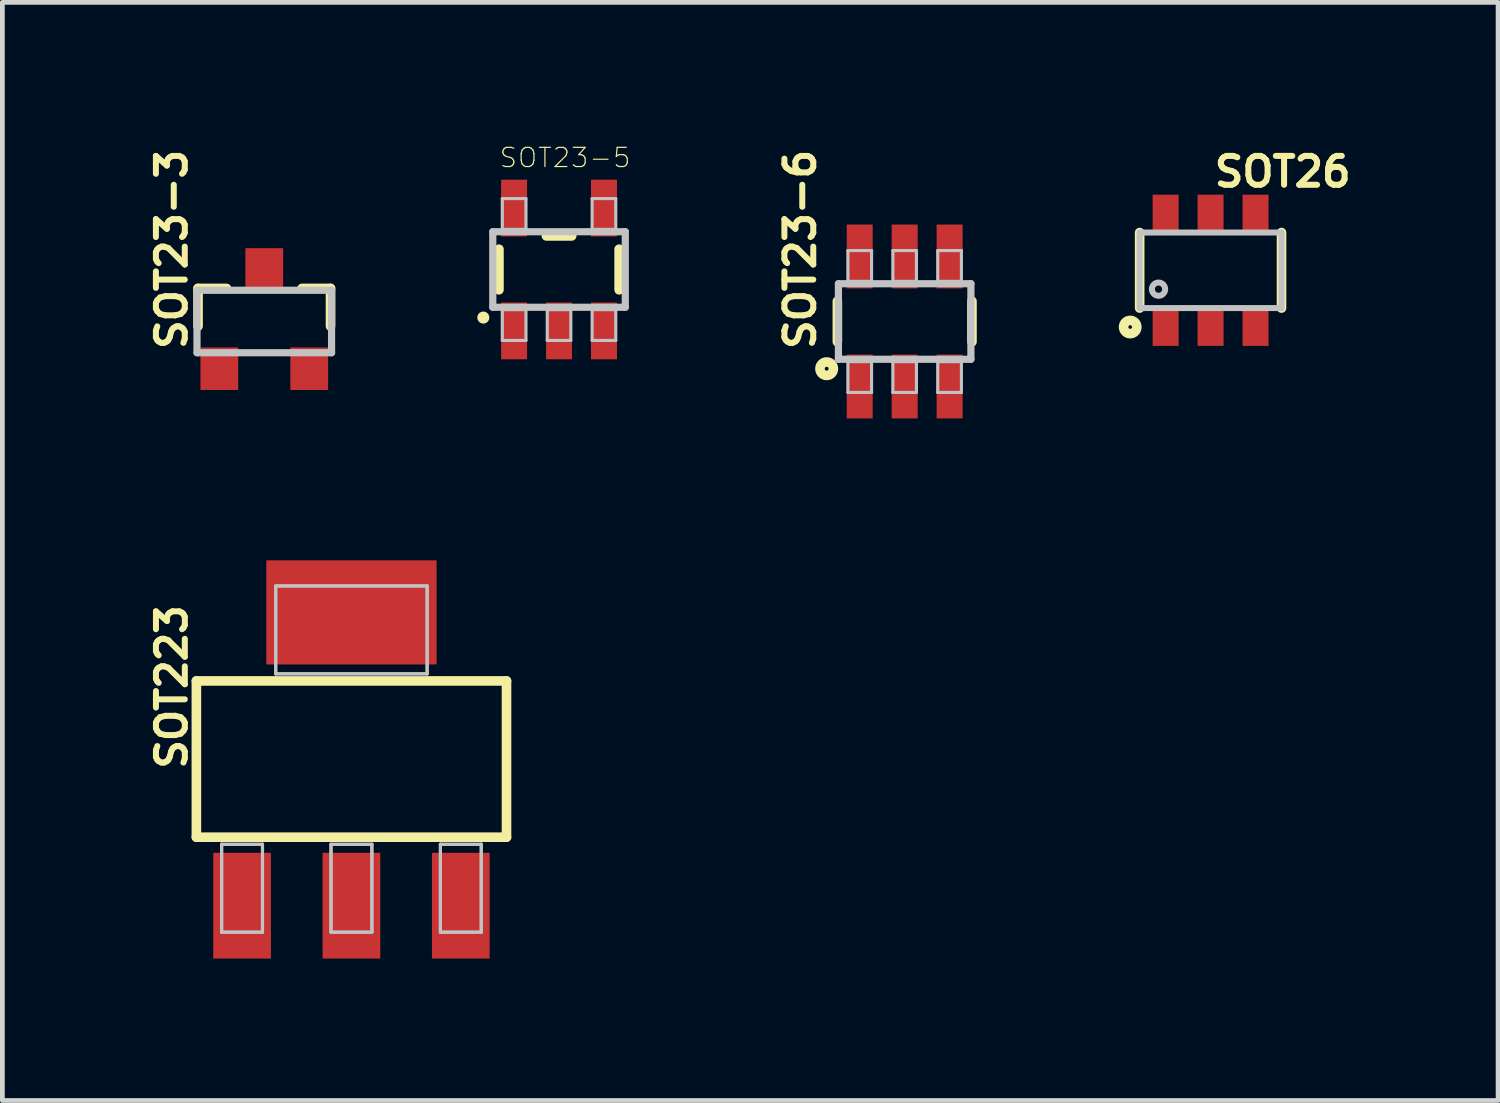
<source format=kicad_pcb>
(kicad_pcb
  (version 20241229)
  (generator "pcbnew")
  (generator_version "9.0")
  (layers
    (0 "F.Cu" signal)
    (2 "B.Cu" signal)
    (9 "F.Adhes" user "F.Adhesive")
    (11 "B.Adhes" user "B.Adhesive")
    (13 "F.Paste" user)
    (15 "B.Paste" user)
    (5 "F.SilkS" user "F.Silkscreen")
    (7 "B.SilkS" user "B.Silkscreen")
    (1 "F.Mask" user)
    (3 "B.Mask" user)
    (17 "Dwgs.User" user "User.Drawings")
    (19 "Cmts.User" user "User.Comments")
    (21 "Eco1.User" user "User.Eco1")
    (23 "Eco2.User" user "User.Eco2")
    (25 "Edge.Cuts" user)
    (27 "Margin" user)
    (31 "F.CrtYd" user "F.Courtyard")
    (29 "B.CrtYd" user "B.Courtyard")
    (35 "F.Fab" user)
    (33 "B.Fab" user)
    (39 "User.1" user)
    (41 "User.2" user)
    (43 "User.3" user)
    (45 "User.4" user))
  (footprint "SOT26"
    (layer "F.Cu")
    (at 22.533 2.662)
    (property "Reference" "SOT26" (at 1.524 -2.083 0) (layer "F.SilkS") (effects (font (size 0.61 0.61) (thickness 0.127))))
    (attr smd)
    (fp_line (start -1.499 -0.798) (end -1.499 0.798) (stroke (width 0.203) (type solid)) (layer "F.SilkS"))
    (fp_line (start 1.499 -0.798) (end 1.499 0.798) (stroke (width 0.203) (type solid)) (layer "F.SilkS"))
    (fp_circle (center -1.699 1.199) (end -1.699 1.059) (stroke (width 0.203) (type solid)) (fill no) (layer "F.SilkS"))
    (fp_line (start -1.499 -0.798) (end -1.499 0.798) (stroke (width 0.127) (type solid)) (layer "Dwgs.User"))
    (fp_line (start -1.499 0.798) (end 1.499 0.798) (stroke (width 0.127) (type solid)) (layer "Dwgs.User"))
    (fp_line (start 1.499 -0.798) (end -1.499 -0.798) (stroke (width 0.127) (type solid)) (layer "Dwgs.User"))
    (fp_line (start 1.499 0.798) (end 1.499 -0.798) (stroke (width 0.127) (type solid)) (layer "Dwgs.User"))
    (fp_circle (center -1.1 0.399) (end -1.1 0.259) (stroke (width 0.127) (type solid)) (fill no) (layer "Dwgs.User"))
    (pad "D1" smd rect (at -0.95 -1.199) (size 0.549 0.798) (layers "F.Cu" "F.Mask" "F.Paste"))
    (pad "D2" smd rect (at 0.95 -1.199) (size 0.549 0.798) (layers "F.Cu" "F.Mask" "F.Paste"))
    (pad "G1" smd rect (at -0.95 1.199) (size 0.549 0.798) (layers "F.Cu" "F.Mask" "F.Paste"))
    (pad "G2" smd rect (at 0.95 1.199) (size 0.549 0.798) (layers "F.Cu" "F.Mask" "F.Paste"))
    (pad "S1" smd rect (at 0 -1.199 180) (size 0.549 0.798) (layers "F.Cu" "F.Mask" "F.Paste"))
    (pad "S2" smd rect (at 0 1.199) (size 0.549 0.798) (layers "F.Cu" "F.Mask" "F.Paste")))
  (footprint "SOT23-5"
    (layer "F.Cu")
    (at 8.764 2.645)
    (property "Reference" "SOT23-5" (at 0.127 -2.362 0) (layer "F.SilkS") (effects (font (size 0.406 0.406) (thickness 0.025))))
    (attr smd)
    (fp_line (start -1.27 0.429) (end -1.27 -0.429) (stroke (width 0.203) (type solid)) (layer "F.SilkS"))
    (fp_line (start -0.267 -0.709) (end 0.267 -0.709) (stroke (width 0.203) (type solid)) (layer "F.SilkS"))
    (fp_line (start 1.27 -0.429) (end 1.27 0.429) (stroke (width 0.203) (type solid)) (layer "F.SilkS"))
    (fp_circle (center -1.6 1.016) (end -1.6 0.889) (stroke (width 0) (type solid)) (fill yes) (layer "F.SilkS"))
    (fp_line (start -1.4 -0.798) (end -1.4 0.798) (stroke (width 0.152) (type solid)) (layer "Dwgs.User"))
    (fp_line (start -1.4 -0.798) (end 1.4 -0.798) (stroke (width 0.152) (type solid)) (layer "Dwgs.User"))
    (fp_line (start -1.199 -1.499) (end -0.699 -1.499) (stroke (width 0.066) (type solid)) (layer "Dwgs.User"))
    (fp_line (start -1.199 -0.848) (end -1.199 -1.499) (stroke (width 0.066) (type solid)) (layer "Dwgs.User"))
    (fp_line (start -1.199 -0.848) (end -0.699 -0.848) (stroke (width 0.066) (type solid)) (layer "Dwgs.User"))
    (fp_line (start -1.199 0.848) (end -0.699 0.848) (stroke (width 0.066) (type solid)) (layer "Dwgs.User"))
    (fp_line (start -1.199 1.499) (end -1.199 0.848) (stroke (width 0.066) (type solid)) (layer "Dwgs.User"))
    (fp_line (start -1.199 1.499) (end -0.699 1.499) (stroke (width 0.066) (type solid)) (layer "Dwgs.User"))
    (fp_line (start -0.699 -0.848) (end -0.699 -1.499) (stroke (width 0.066) (type solid)) (layer "Dwgs.User"))
    (fp_line (start -0.699 1.499) (end -0.699 0.848) (stroke (width 0.066) (type solid)) (layer "Dwgs.User"))
    (fp_line (start -0.249 0.848) (end 0.249 0.848) (stroke (width 0.066) (type solid)) (layer "Dwgs.User"))
    (fp_line (start -0.249 1.499) (end -0.249 0.848) (stroke (width 0.066) (type solid)) (layer "Dwgs.User"))
    (fp_line (start -0.249 1.499) (end 0.249 1.499) (stroke (width 0.066) (type solid)) (layer "Dwgs.User"))
    (fp_line (start 0.249 1.499) (end 0.249 0.848) (stroke (width 0.066) (type solid)) (layer "Dwgs.User"))
    (fp_line (start 0.699 -1.499) (end 1.199 -1.499) (stroke (width 0.066) (type solid)) (layer "Dwgs.User"))
    (fp_line (start 0.699 -0.848) (end 0.699 -1.499) (stroke (width 0.066) (type solid)) (layer "Dwgs.User"))
    (fp_line (start 0.699 -0.848) (end 1.199 -0.848) (stroke (width 0.066) (type solid)) (layer "Dwgs.User"))
    (fp_line (start 0.699 0.848) (end 1.199 0.848) (stroke (width 0.066) (type solid)) (layer "Dwgs.User"))
    (fp_line (start 0.699 1.499) (end 0.699 0.848) (stroke (width 0.066) (type solid)) (layer "Dwgs.User"))
    (fp_line (start 0.699 1.499) (end 1.199 1.499) (stroke (width 0.066) (type solid)) (layer "Dwgs.User"))
    (fp_line (start 1.199 -0.848) (end 1.199 -1.499) (stroke (width 0.066) (type solid)) (layer "Dwgs.User"))
    (fp_line (start 1.199 1.499) (end 1.199 0.848) (stroke (width 0.066) (type solid)) (layer "Dwgs.User"))
    (fp_line (start 1.4 -0.798) (end 1.4 0.798) (stroke (width 0.152) (type solid)) (layer "Dwgs.User"))
    (fp_line (start 1.4 0.798) (end -1.4 0.798) (stroke (width 0.152) (type solid)) (layer "Dwgs.User"))
    (pad "1" smd rect (at -0.95 1.298) (size 0.549 1.199) (layers "F.Cu" "F.Mask" "F.Paste"))
    (pad "2" smd rect (at 0 1.298) (size 0.549 1.199) (layers "F.Cu" "F.Mask" "F.Paste"))
    (pad "3" smd rect (at 0.95 1.298) (size 0.549 1.199) (layers "F.Cu" "F.Mask" "F.Paste"))
    (pad "4" smd rect (at 0.95 -1.298) (size 0.549 1.199) (layers "F.Cu" "F.Mask" "F.Paste"))
    (pad "5" smd rect (at -0.95 -1.298) (size 0.549 1.199) (layers "F.Cu" "F.Mask" "F.Paste")))
  (footprint "SOT23-6"
    (layer "F.Cu")
    (at 16.068 3.744)
    (property "Reference" "SOT23-6" (at -2.207 -1.524 90) (layer "F.SilkS") (effects (font (size 0.61 0.61) (thickness 0.127))))
    (attr smd)
    (fp_line (start -1.422 0.429) (end -1.422 -0.429) (stroke (width 0.203) (type solid)) (layer "F.SilkS"))
    (fp_line (start 1.422 -0.429) (end 1.422 0.429) (stroke (width 0.203) (type solid)) (layer "F.SilkS"))
    (fp_circle (center -1.648 0.998) (end -1.648 0.856) (stroke (width 0.203) (type solid)) (fill no) (layer "F.SilkS"))
    (fp_line (start -1.4 -0.798) (end -1.4 0.798) (stroke (width 0.152) (type solid)) (layer "Dwgs.User"))
    (fp_line (start -1.4 -0.798) (end 1.4 -0.798) (stroke (width 0.152) (type solid)) (layer "Dwgs.User"))
    (fp_line (start -1.199 -1.499) (end -0.699 -1.499) (stroke (width 0.066) (type solid)) (layer "Dwgs.User"))
    (fp_line (start -1.199 -0.848) (end -1.199 -1.499) (stroke (width 0.066) (type solid)) (layer "Dwgs.User"))
    (fp_line (start -1.199 -0.848) (end -0.699 -0.848) (stroke (width 0.066) (type solid)) (layer "Dwgs.User"))
    (fp_line (start -1.199 0.848) (end -0.699 0.848) (stroke (width 0.066) (type solid)) (layer "Dwgs.User"))
    (fp_line (start -1.199 1.499) (end -1.199 0.848) (stroke (width 0.066) (type solid)) (layer "Dwgs.User"))
    (fp_line (start -1.199 1.499) (end -0.699 1.499) (stroke (width 0.066) (type solid)) (layer "Dwgs.User"))
    (fp_line (start -0.699 -0.848) (end -0.699 -1.499) (stroke (width 0.066) (type solid)) (layer "Dwgs.User"))
    (fp_line (start -0.699 1.499) (end -0.699 0.848) (stroke (width 0.066) (type solid)) (layer "Dwgs.User"))
    (fp_line (start -0.249 -1.499) (end 0.249 -1.499) (stroke (width 0.066) (type solid)) (layer "Dwgs.User"))
    (fp_line (start -0.249 -0.848) (end -0.249 -1.499) (stroke (width 0.066) (type solid)) (layer "Dwgs.User"))
    (fp_line (start -0.249 -0.848) (end 0.249 -0.848) (stroke (width 0.066) (type solid)) (layer "Dwgs.User"))
    (fp_line (start -0.249 0.848) (end 0.249 0.848) (stroke (width 0.066) (type solid)) (layer "Dwgs.User"))
    (fp_line (start -0.249 1.499) (end -0.249 0.848) (stroke (width 0.066) (type solid)) (layer "Dwgs.User"))
    (fp_line (start -0.249 1.499) (end 0.249 1.499) (stroke (width 0.066) (type solid)) (layer "Dwgs.User"))
    (fp_line (start 0.249 -0.848) (end 0.249 -1.499) (stroke (width 0.066) (type solid)) (layer "Dwgs.User"))
    (fp_line (start 0.249 1.499) (end 0.249 0.848) (stroke (width 0.066) (type solid)) (layer "Dwgs.User"))
    (fp_line (start 0.699 -1.499) (end 1.199 -1.499) (stroke (width 0.066) (type solid)) (layer "Dwgs.User"))
    (fp_line (start 0.699 -0.848) (end 0.699 -1.499) (stroke (width 0.066) (type solid)) (layer "Dwgs.User"))
    (fp_line (start 0.699 -0.848) (end 1.199 -0.848) (stroke (width 0.066) (type solid)) (layer "Dwgs.User"))
    (fp_line (start 0.699 0.848) (end 1.199 0.848) (stroke (width 0.066) (type solid)) (layer "Dwgs.User"))
    (fp_line (start 0.699 1.499) (end 0.699 0.848) (stroke (width 0.066) (type solid)) (layer "Dwgs.User"))
    (fp_line (start 0.699 1.499) (end 1.199 1.499) (stroke (width 0.066) (type solid)) (layer "Dwgs.User"))
    (fp_line (start 1.199 -0.848) (end 1.199 -1.499) (stroke (width 0.066) (type solid)) (layer "Dwgs.User"))
    (fp_line (start 1.199 1.499) (end 1.199 0.848) (stroke (width 0.066) (type solid)) (layer "Dwgs.User"))
    (fp_line (start 1.4 -0.798) (end 1.4 0.798) (stroke (width 0.152) (type solid)) (layer "Dwgs.User"))
    (fp_line (start 1.4 0.798) (end -1.4 0.798) (stroke (width 0.152) (type solid)) (layer "Dwgs.User"))
    (pad "1" smd rect (at -0.95 1.374) (size 0.549 1.349) (layers "F.Cu" "F.Mask" "F.Paste"))
    (pad "2" smd rect (at 0 1.374) (size 0.549 1.349) (layers "F.Cu" "F.Mask" "F.Paste"))
    (pad "3" smd rect (at 0.95 1.374) (size 0.549 1.349) (layers "F.Cu" "F.Mask" "F.Paste"))
    (pad "4" smd rect (at 0.95 -1.374) (size 0.549 1.349) (layers "F.Cu" "F.Mask" "F.Paste"))
    (pad "5" smd rect (at 0 -1.374) (size 0.549 1.349) (layers "F.Cu" "F.Mask" "F.Paste"))
    (pad "6" smd rect (at -0.95 -1.374) (size 0.549 1.349) (layers "F.Cu" "F.Mask" "F.Paste")))
  (footprint "SOT223"
    (layer "F.Cu")
    (at 4.377 12.991)
    (property "Reference" "SOT223" (at -3.797 -1.524 90) (layer "F.SilkS") (effects (font (size 0.61 0.61) (thickness 0.127))))
    (attr smd)
    (fp_line (start -3.277 -1.651) (end 3.277 -1.651) (stroke (width 0.203) (type solid)) (layer "F.SilkS"))
    (fp_line (start -3.277 1.651) (end -3.277 -1.651) (stroke (width 0.203) (type solid)) (layer "F.SilkS"))
    (fp_line (start 3.277 -1.651) (end 3.277 1.651) (stroke (width 0.203) (type solid)) (layer "F.SilkS"))
    (fp_line (start 3.277 1.651) (end -3.277 1.651) (stroke (width 0.203) (type solid)) (layer "F.SilkS"))
    (fp_line (start -2.743 1.801) (end -1.88 1.801) (stroke (width 0.066) (type solid)) (layer "Dwgs.User"))
    (fp_line (start -2.743 1.801) (end -1.88 1.801) (stroke (width 0.066) (type solid)) (layer "Dwgs.User"))
    (fp_line (start -2.743 3.658) (end -2.743 1.801) (stroke (width 0.066) (type solid)) (layer "Dwgs.User"))
    (fp_line (start -2.743 3.658) (end -2.743 1.801) (stroke (width 0.066) (type solid)) (layer "Dwgs.User"))
    (fp_line (start -2.743 3.658) (end -1.88 3.658) (stroke (width 0.066) (type solid)) (layer "Dwgs.User"))
    (fp_line (start -2.743 3.658) (end -1.88 3.658) (stroke (width 0.066) (type solid)) (layer "Dwgs.User"))
    (fp_line (start -1.88 3.658) (end -1.88 1.801) (stroke (width 0.066) (type solid)) (layer "Dwgs.User"))
    (fp_line (start -1.88 3.658) (end -1.88 1.801) (stroke (width 0.066) (type solid)) (layer "Dwgs.User"))
    (fp_line (start -1.6 -3.658) (end 1.6 -3.658) (stroke (width 0.066) (type solid)) (layer "Dwgs.User"))
    (fp_line (start -1.6 -3.658) (end 1.6 -3.658) (stroke (width 0.066) (type solid)) (layer "Dwgs.User"))
    (fp_line (start -1.6 -1.801) (end -1.6 -3.658) (stroke (width 0.066) (type solid)) (layer "Dwgs.User"))
    (fp_line (start -1.6 -1.801) (end -1.6 -3.658) (stroke (width 0.066) (type solid)) (layer "Dwgs.User"))
    (fp_line (start -1.6 -1.801) (end 1.6 -1.801) (stroke (width 0.066) (type solid)) (layer "Dwgs.User"))
    (fp_line (start -1.6 -1.801) (end 1.6 -1.801) (stroke (width 0.066) (type solid)) (layer "Dwgs.User"))
    (fp_line (start -0.432 1.801) (end 0.432 1.801) (stroke (width 0.066) (type solid)) (layer "Dwgs.User"))
    (fp_line (start -0.432 1.801) (end 0.432 1.801) (stroke (width 0.066) (type solid)) (layer "Dwgs.User"))
    (fp_line (start -0.432 3.658) (end -0.432 1.801) (stroke (width 0.066) (type solid)) (layer "Dwgs.User"))
    (fp_line (start -0.432 3.658) (end -0.432 1.801) (stroke (width 0.066) (type solid)) (layer "Dwgs.User"))
    (fp_line (start -0.432 3.658) (end 0.432 3.658) (stroke (width 0.066) (type solid)) (layer "Dwgs.User"))
    (fp_line (start -0.432 3.658) (end 0.432 3.658) (stroke (width 0.066) (type solid)) (layer "Dwgs.User"))
    (fp_line (start 0.432 3.658) (end 0.432 1.801) (stroke (width 0.066) (type solid)) (layer "Dwgs.User"))
    (fp_line (start 0.432 3.658) (end 0.432 1.801) (stroke (width 0.066) (type solid)) (layer "Dwgs.User"))
    (fp_line (start 1.6 -1.801) (end 1.6 -3.658) (stroke (width 0.066) (type solid)) (layer "Dwgs.User"))
    (fp_line (start 1.6 -1.801) (end 1.6 -3.658) (stroke (width 0.066) (type solid)) (layer "Dwgs.User"))
    (fp_line (start 1.88 1.801) (end 2.743 1.801) (stroke (width 0.066) (type solid)) (layer "Dwgs.User"))
    (fp_line (start 1.88 1.801) (end 2.743 1.801) (stroke (width 0.066) (type solid)) (layer "Dwgs.User"))
    (fp_line (start 1.88 3.658) (end 1.88 1.801) (stroke (width 0.066) (type solid)) (layer "Dwgs.User"))
    (fp_line (start 1.88 3.658) (end 1.88 1.801) (stroke (width 0.066) (type solid)) (layer "Dwgs.User"))
    (fp_line (start 1.88 3.658) (end 2.743 3.658) (stroke (width 0.066) (type solid)) (layer "Dwgs.User"))
    (fp_line (start 1.88 3.658) (end 2.743 3.658) (stroke (width 0.066) (type solid)) (layer "Dwgs.User"))
    (fp_line (start 2.743 3.658) (end 2.743 1.801) (stroke (width 0.066) (type solid)) (layer "Dwgs.User"))
    (fp_line (start 2.743 3.658) (end 2.743 1.801) (stroke (width 0.066) (type solid)) (layer "Dwgs.User"))
    (pad "1" smd rect (at -2.311 3.099) (size 1.219 2.235) (layers "F.Cu" "F.Mask" "F.Paste"))
    (pad "2" smd rect (at 0 3.099) (size 1.219 2.235) (layers "F.Cu" "F.Mask" "F.Paste"))
    (pad "3" smd rect (at 2.311 3.099) (size 1.219 2.235) (layers "F.Cu" "F.Mask" "F.Paste"))
    (pad "4" smd rect (at 0 -3.099) (size 3.599 2.2) (layers "F.Cu" "F.Mask" "F.Paste")))
  (footprint "SOT23-3"
    (layer "F.Cu")
    (at 2.535 3.744)
    (property "Reference" "SOT23-3" (at -1.956 -1.524 90) (layer "F.SilkS") (effects (font (size 0.61 0.61) (thickness 0.127))))
    (attr smd)
    (fp_line (start -1.4 -0.699) (end -1.4 0.099) (stroke (width 0.203) (type solid)) (layer "F.SilkS"))
    (fp_line (start -0.798 -0.699) (end -1.4 -0.699) (stroke (width 0.203) (type solid)) (layer "F.SilkS"))
    (fp_line (start 0.798 -0.699) (end 1.4 -0.699) (stroke (width 0.203) (type solid)) (layer "F.SilkS"))
    (fp_line (start 1.4 -0.699) (end 1.4 0.099) (stroke (width 0.203) (type solid)) (layer "F.SilkS"))
    (fp_line (start -1.422 -0.66) (end 1.422 -0.66) (stroke (width 0.152) (type solid)) (layer "Dwgs.User"))
    (fp_line (start -1.422 0.66) (end -1.422 -0.66) (stroke (width 0.152) (type solid)) (layer "Dwgs.User"))
    (fp_line (start 1.422 -0.66) (end 1.422 0.66) (stroke (width 0.152) (type solid)) (layer "Dwgs.User"))
    (fp_line (start 1.422 0.66) (end -1.422 0.66) (stroke (width 0.152) (type solid)) (layer "Dwgs.User"))
    (pad "1" smd rect (at -0.95 0.998) (size 0.798 0.899) (layers "F.Cu" "F.Mask" "F.Paste"))
    (pad "2" smd rect (at 0.95 0.998) (size 0.798 0.899) (layers "F.Cu" "F.Mask" "F.Paste"))
    (pad "3" smd rect (at 0 -1.1) (size 0.798 0.899) (layers "F.Cu" "F.Mask" "F.Paste")))
  (gr_rect
    (start -3 -3)
    (end 28.609 20.207)
    (stroke (width 0.1) (type default))
    (fill no)
    (layer "Edge.Cuts")))
</source>
